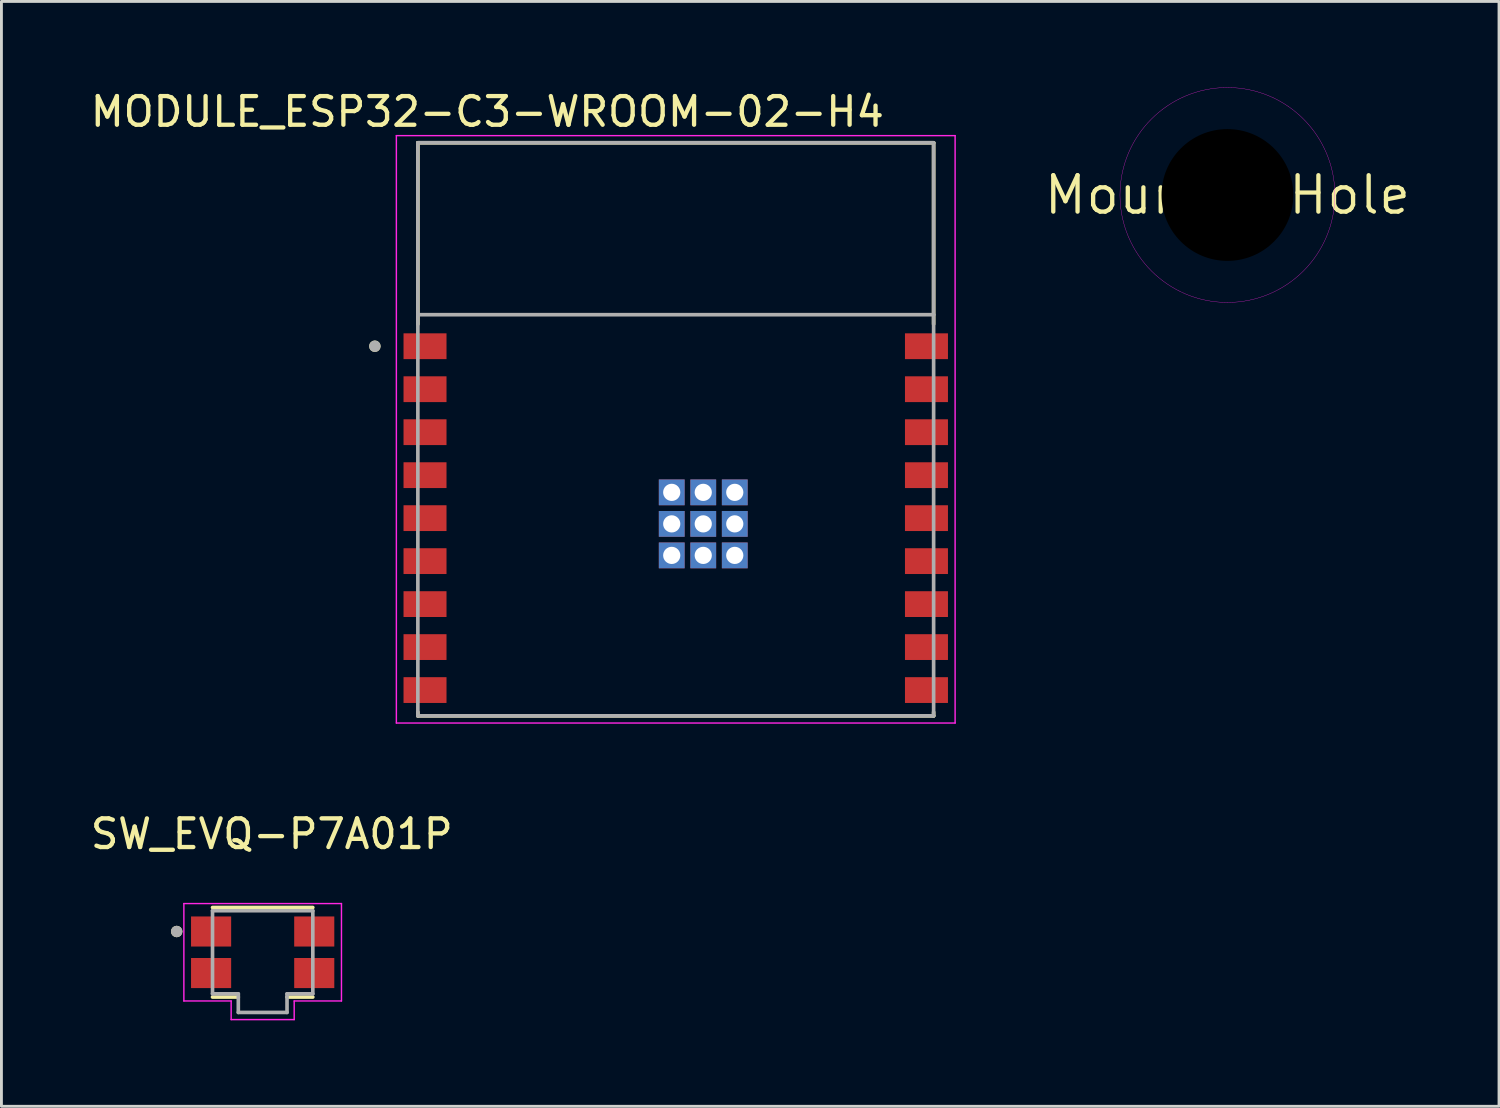
<source format=kicad_pcb>
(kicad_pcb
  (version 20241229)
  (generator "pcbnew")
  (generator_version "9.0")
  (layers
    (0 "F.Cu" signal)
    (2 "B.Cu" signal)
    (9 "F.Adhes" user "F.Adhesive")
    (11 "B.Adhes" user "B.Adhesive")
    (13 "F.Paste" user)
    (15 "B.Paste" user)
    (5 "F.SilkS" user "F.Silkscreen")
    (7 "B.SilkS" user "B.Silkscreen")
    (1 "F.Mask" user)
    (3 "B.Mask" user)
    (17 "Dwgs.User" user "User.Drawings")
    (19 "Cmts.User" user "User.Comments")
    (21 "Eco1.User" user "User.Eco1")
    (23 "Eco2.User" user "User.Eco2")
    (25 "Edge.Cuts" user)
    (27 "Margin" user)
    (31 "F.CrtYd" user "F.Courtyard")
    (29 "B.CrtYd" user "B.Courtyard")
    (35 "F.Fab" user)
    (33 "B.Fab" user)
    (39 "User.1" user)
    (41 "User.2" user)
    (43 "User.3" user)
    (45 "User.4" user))
  (footprint "MODULE_ESP32-C3-WROOM-02-H4"
    (layer "F.Cu")
    (at 20.533 11.933)
    (property "Reference" "MODULE_ESP32-C3-WROOM-02-H4" (at -6.575 -11.085 0) (layer "F.SilkS") (effects (font (size 1 1) (thickness 0.15))))
    (attr smd)
    (fp_line (start -9 -10) (end -9 -3.67) (stroke (width 0.127) (type solid)) (layer "F.SilkS"))
    (fp_line (start -9 10) (end -9 9.87) (stroke (width 0.127) (type solid)) (layer "F.SilkS"))
    (fp_line (start -9 10) (end 9 10) (stroke (width 0.127) (type solid)) (layer "F.SilkS"))
    (fp_line (start 9 -10) (end -9 -10) (stroke (width 0.127) (type solid)) (layer "F.SilkS"))
    (fp_line (start 9 -3.67) (end 9 -10) (stroke (width 0.127) (type solid)) (layer "F.SilkS"))
    (fp_line (start 9 10) (end 9 9.87) (stroke (width 0.127) (type solid)) (layer "F.SilkS"))
    (fp_circle (center -10.5 -2.9) (end -10.4 -2.9) (stroke (width 0.2) (type solid)) (fill no) (layer "F.SilkS"))
    (fp_line (start -9.75 -10.25) (end -9.75 10.25) (stroke (width 0.05) (type solid)) (layer "F.CrtYd"))
    (fp_line (start -9.75 10.25) (end 9.75 10.25) (stroke (width 0.05) (type solid)) (layer "F.CrtYd"))
    (fp_line (start 9.75 -10.25) (end -9.75 -10.25) (stroke (width 0.05) (type solid)) (layer "F.CrtYd"))
    (fp_line (start 9.75 10.25) (end 9.75 -10.25) (stroke (width 0.05) (type solid)) (layer "F.CrtYd"))
    (fp_line (start -9 -10) (end -9 -4) (stroke (width 0.127) (type solid)) (layer "F.Fab"))
    (fp_line (start -9 -4) (end -9 10) (stroke (width 0.127) (type solid)) (layer "F.Fab"))
    (fp_line (start -9 10) (end 9 10) (stroke (width 0.127) (type solid)) (layer "F.Fab"))
    (fp_line (start 9 -10) (end -9 -10) (stroke (width 0.127) (type solid)) (layer "F.Fab"))
    (fp_line (start 9 -4) (end -9 -4) (stroke (width 0.127) (type solid)) (layer "F.Fab"))
    (fp_line (start 9 -4) (end 9 -10) (stroke (width 0.127) (type solid)) (layer "F.Fab"))
    (fp_line (start 9 10) (end 9 -4) (stroke (width 0.127) (type solid)) (layer "F.Fab"))
    (fp_circle (center -10.5 -2.9) (end -10.4 -2.9) (stroke (width 0.2) (type solid)) (fill no) (layer "F.Fab"))
    (pad "1" smd rect (at -8.75 -2.9) (size 1.5 0.9) (layers "F.Cu" "F.Mask" "F.Paste"))
    (pad "2" smd rect (at -8.75 -1.4) (size 1.5 0.9) (layers "F.Cu" "F.Mask" "F.Paste"))
    (pad "3" smd rect (at -8.75 0.1) (size 1.5 0.9) (layers "F.Cu" "F.Mask" "F.Paste"))
    (pad "4" smd rect (at -8.75 1.6) (size 1.5 0.9) (layers "F.Cu" "F.Mask" "F.Paste"))
    (pad "5" smd rect (at -8.75 3.1) (size 1.5 0.9) (layers "F.Cu" "F.Mask" "F.Paste"))
    (pad "6" smd rect (at -8.75 4.6) (size 1.5 0.9) (layers "F.Cu" "F.Mask" "F.Paste"))
    (pad "7" smd rect (at -8.75 6.1) (size 1.5 0.9) (layers "F.Cu" "F.Mask" "F.Paste"))
    (pad "8" smd rect (at -8.75 7.6) (size 1.5 0.9) (layers "F.Cu" "F.Mask" "F.Paste"))
    (pad "9" smd rect (at -8.75 9.1) (size 1.5 0.9) (layers "F.Cu" "F.Mask" "F.Paste"))
    (pad "10" smd rect (at 8.75 9.1) (size 1.5 0.9) (layers "F.Cu" "F.Mask" "F.Paste"))
    (pad "11" smd rect (at 8.75 7.6) (size 1.5 0.9) (layers "F.Cu" "F.Mask" "F.Paste"))
    (pad "12" smd rect (at 8.75 6.1) (size 1.5 0.9) (layers "F.Cu" "F.Mask" "F.Paste"))
    (pad "13" smd rect (at 8.75 4.6) (size 1.5 0.9) (layers "F.Cu" "F.Mask" "F.Paste"))
    (pad "14" smd rect (at 8.75 3.1) (size 1.5 0.9) (layers "F.Cu" "F.Mask" "F.Paste"))
    (pad "15" smd rect (at 8.75 1.6) (size 1.5 0.9) (layers "F.Cu" "F.Mask" "F.Paste"))
    (pad "16" smd rect (at 8.75 0.1) (size 1.5 0.9) (layers "F.Cu" "F.Mask" "F.Paste"))
    (pad "17" smd rect (at 8.75 -1.4) (size 1.5 0.9) (layers "F.Cu" "F.Mask" "F.Paste"))
    (pad "18" smd rect (at 8.75 -2.9) (size 1.5 0.9) (layers "F.Cu" "F.Mask" "F.Paste"))
    (pad "19" thru_hole rect (at -0.14 2.2) (size 0.9 0.9) (drill 0.6) (layers "*.Cu" "*.Mask"))
    (pad "20" thru_hole rect (at 0.96 2.2) (size 0.9 0.9) (drill 0.6) (layers "*.Cu" "*.Mask"))
    (pad "21" thru_hole rect (at 2.06 2.2) (size 0.9 0.9) (drill 0.6) (layers "*.Cu" "*.Mask"))
    (pad "22" thru_hole rect (at -0.14 3.3) (size 0.9 0.9) (drill 0.6) (layers "*.Cu" "*.Mask"))
    (pad "23" thru_hole rect (at 0.96 3.3) (size 0.9 0.9) (drill 0.6) (layers "*.Cu" "*.Mask"))
    (pad "24" thru_hole rect (at 2.06 3.3) (size 0.9 0.9) (drill 0.6) (layers "*.Cu" "*.Mask"))
    (pad "25" thru_hole rect (at -0.14 4.4) (size 0.9 0.9) (drill 0.6) (layers "*.Cu" "*.Mask"))
    (pad "26" thru_hole rect (at 0.96 4.4) (size 0.9 0.9) (drill 0.6) (layers "*.Cu" "*.Mask"))
    (pad "27" thru_hole rect (at 2.06 4.4) (size 0.9 0.9) (drill 0.6) (layers "*.Cu" "*.Mask"))
    (zone (net_name "") (layer "F.Cu") (hatch full 0.508) (connect_pads) (min_thickness 0.01) (filled_areas_thickness no) (keepout (tracks not_allowed) (vias not_allowed) (pads not_allowed) (copperpour not_allowed) (footprints allowed)) (placement (enabled no)) (fill) (polygon (pts (xy 11.533 1.933) (xy 29.533 1.933) (xy 29.533 7.933) (xy 11.533 7.933))))
    (zone (net_name "") (layers "F.Cu" "B.Cu") (hatch full 0.508) (connect_pads) (min_thickness 0.01) (filled_areas_thickness no) (keepout (tracks allowed) (vias not_allowed) (pads allowed) (copperpour allowed) (footprints allowed)) (placement (enabled no)) (fill) (polygon (pts (xy 11.533 1.933) (xy 29.533 1.933) (xy 29.533 7.933) (xy 11.533 7.933))))
    (zone (net_name "") (layer "B.Cu") (hatch full 0.508) (connect_pads) (min_thickness 0.01) (filled_areas_thickness no) (keepout (tracks not_allowed) (vias not_allowed) (pads not_allowed) (copperpour not_allowed) (footprints allowed)) (placement (enabled no)) (fill) (polygon (pts (xy 11.533 1.933) (xy 29.533 1.933) (xy 29.533 7.933) (xy 11.533 7.933)))))
  (footprint "SW_EVQ-P7A01P"
    (layer "F.Cu")
    (at 6.117 30.184)
    (property "Reference" "SW_EVQ-P7A01P" (at 0.318 -4.128 0) (layer "F.SilkS") (effects (font (size 1 1) (thickness 0.15))))
    (attr smd)
    (fp_line (start -1.75 -1.563) (end 1.75 -1.563) (stroke (width 0.127) (type solid)) (layer "F.SilkS"))
    (fp_line (start -0.85 1.563) (end -1.75 1.563) (stroke (width 0.127) (type solid)) (layer "F.SilkS"))
    (fp_line (start 1.75 1.563) (end 0.85 1.563) (stroke (width 0.127) (type solid)) (layer "F.SilkS"))
    (fp_circle (center -3 -0.725) (end -2.9 -0.725) (stroke (width 0.2) (type solid)) (fill no) (layer "F.SilkS"))
    (fp_line (start -2.75 -1.7) (end 2.75 -1.7) (stroke (width 0.05) (type solid)) (layer "F.CrtYd"))
    (fp_line (start -2.75 1.7) (end -2.75 -1.7) (stroke (width 0.05) (type solid)) (layer "F.CrtYd"))
    (fp_line (start -1.1 1.7) (end -2.75 1.7) (stroke (width 0.05) (type solid)) (layer "F.CrtYd"))
    (fp_line (start -1.1 2.35) (end -1.1 1.7) (stroke (width 0.05) (type solid)) (layer "F.CrtYd"))
    (fp_line (start 1.1 1.7) (end 1.1 2.35) (stroke (width 0.05) (type solid)) (layer "F.CrtYd"))
    (fp_line (start 1.1 2.35) (end -1.1 2.35) (stroke (width 0.05) (type solid)) (layer "F.CrtYd"))
    (fp_line (start 2.75 -1.7) (end 2.75 1.7) (stroke (width 0.05) (type solid)) (layer "F.CrtYd"))
    (fp_line (start 2.75 1.7) (end 1.1 1.7) (stroke (width 0.05) (type solid)) (layer "F.CrtYd"))
    (fp_line (start -1.75 -1.45) (end 1.75 -1.45) (stroke (width 0.127) (type solid)) (layer "F.Fab"))
    (fp_line (start -1.75 1.45) (end -1.75 -1.45) (stroke (width 0.127) (type solid)) (layer "F.Fab"))
    (fp_line (start -0.85 1.45) (end -1.75 1.45) (stroke (width 0.127) (type solid)) (layer "F.Fab"))
    (fp_line (start -0.85 2.1) (end -0.85 1.45) (stroke (width 0.127) (type solid)) (layer "F.Fab"))
    (fp_line (start 0.85 1.45) (end 0.85 2.1) (stroke (width 0.127) (type solid)) (layer "F.Fab"))
    (fp_line (start 0.85 2.1) (end -0.85 2.1) (stroke (width 0.127) (type solid)) (layer "F.Fab"))
    (fp_line (start 1.75 -1.45) (end 1.75 1.45) (stroke (width 0.127) (type solid)) (layer "F.Fab"))
    (fp_line (start 1.75 1.45) (end 0.85 1.45) (stroke (width 0.127) (type solid)) (layer "F.Fab"))
    (fp_circle (center -3 -0.725) (end -2.9 -0.725) (stroke (width 0.2) (type solid)) (fill no) (layer "F.Fab"))
    (pad "1" smd rect (at -1.8 -0.725) (size 1.4 1.05) (layers "F.Cu" "F.Mask" "F.Paste"))
    (pad "1" smd rect (at 1.8 -0.725) (size 1.4 1.05) (layers "F.Cu" "F.Mask" "F.Paste"))
    (pad "2" smd rect (at -1.8 0.725) (size 1.4 1.05) (layers "F.Cu" "F.Mask" "F.Paste"))
    (pad "2" smd rect (at 1.8 0.725) (size 1.4 1.05) (layers "F.Cu" "F.Mask" "F.Paste")))
  (footprint "MountingHole"
    (layer "F.Cu")
    (at 39.787 3.755)
    (property "Reference" "MountingHole" (at 0 0 0) (layer "F.SilkS") (effects (font (size 1.27 1.27) (thickness 0.15))))
    (fp_circle (center 0 0) (end 3.75 0) (stroke (width 0.01) (type default)) (fill no) (layer "F.CrtYd"))
    (pad "" np_thru_hole circle (at 0 0) (size 4.85 4.85) (drill 4.6) (layers "*.Mask")))
  (gr_rect
    (start -3 -3)
    (end 49.265 35.559)
    (stroke (width 0.1) (type default))
    (fill no)
    (layer "Edge.Cuts")))
</source>
